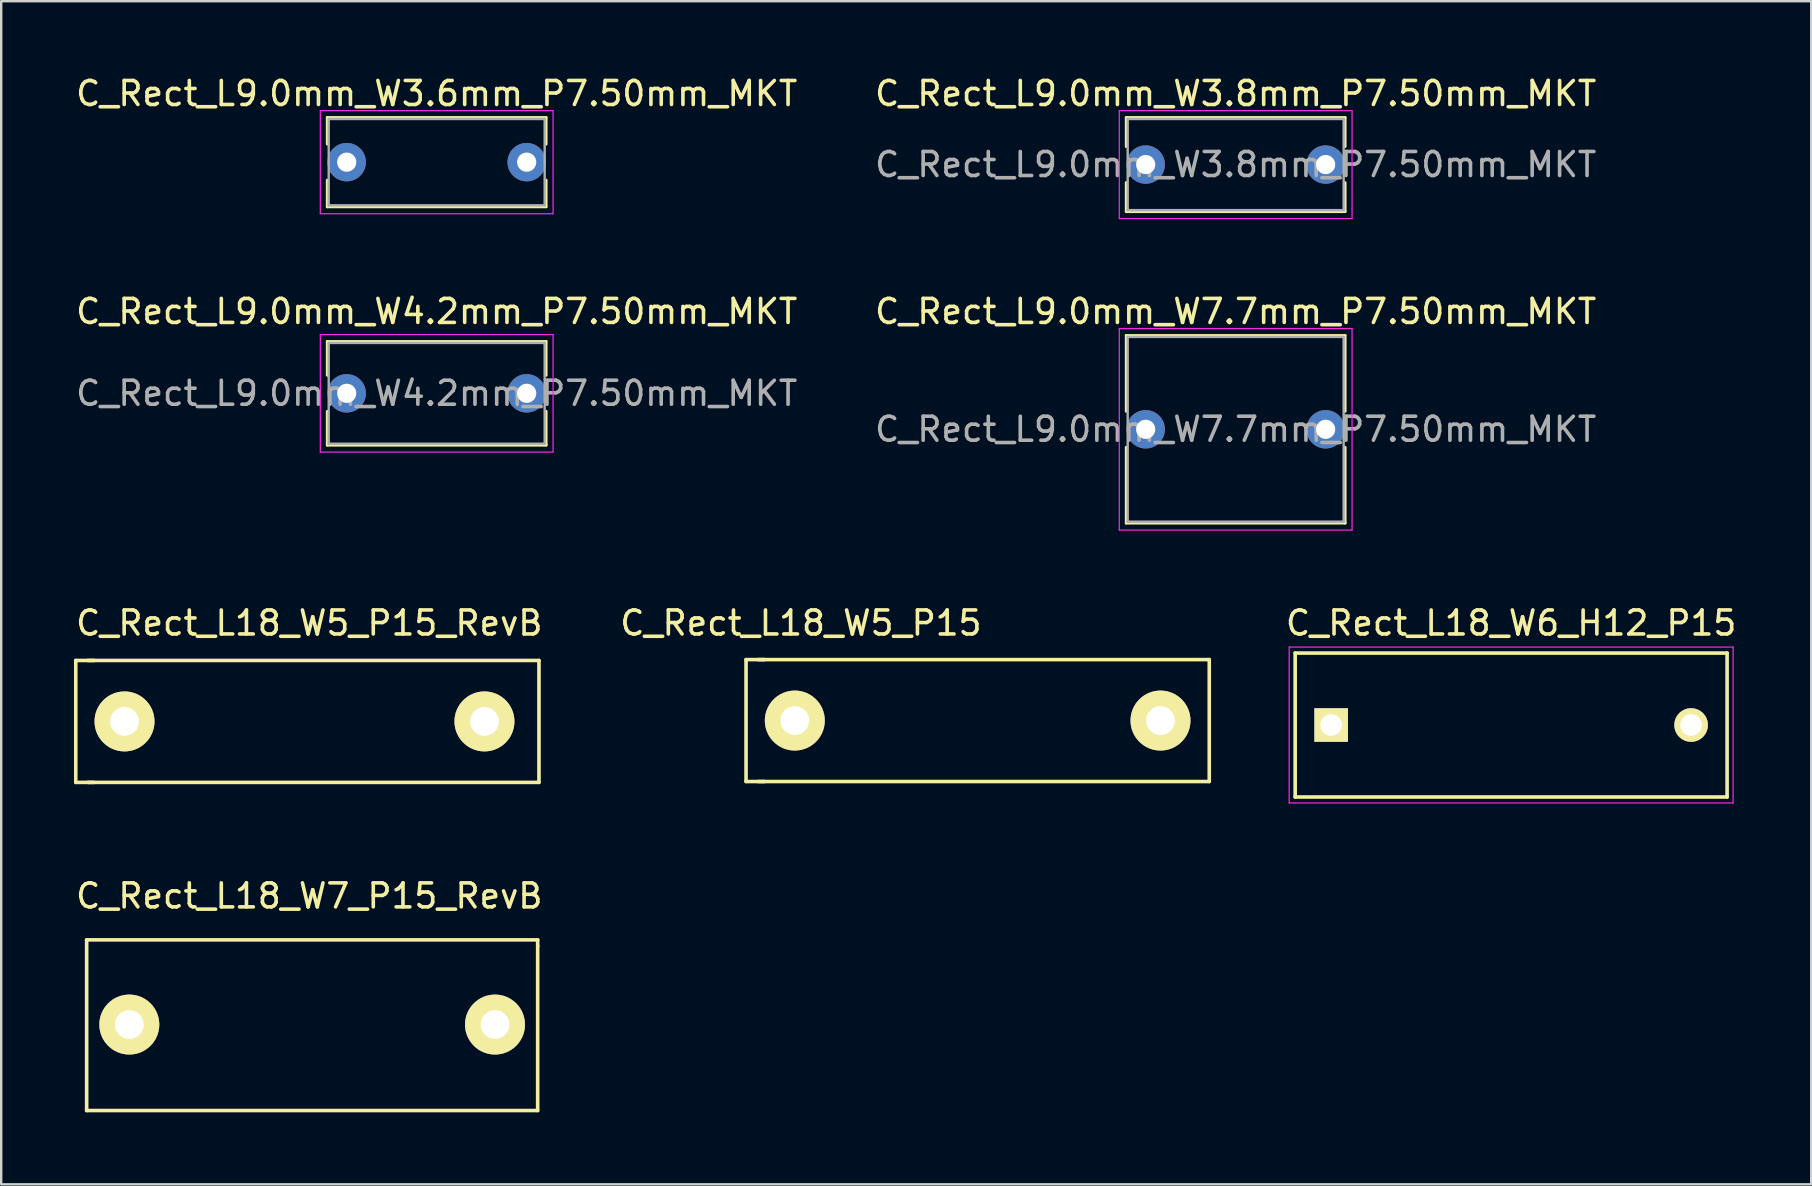
<source format=kicad_pcb>
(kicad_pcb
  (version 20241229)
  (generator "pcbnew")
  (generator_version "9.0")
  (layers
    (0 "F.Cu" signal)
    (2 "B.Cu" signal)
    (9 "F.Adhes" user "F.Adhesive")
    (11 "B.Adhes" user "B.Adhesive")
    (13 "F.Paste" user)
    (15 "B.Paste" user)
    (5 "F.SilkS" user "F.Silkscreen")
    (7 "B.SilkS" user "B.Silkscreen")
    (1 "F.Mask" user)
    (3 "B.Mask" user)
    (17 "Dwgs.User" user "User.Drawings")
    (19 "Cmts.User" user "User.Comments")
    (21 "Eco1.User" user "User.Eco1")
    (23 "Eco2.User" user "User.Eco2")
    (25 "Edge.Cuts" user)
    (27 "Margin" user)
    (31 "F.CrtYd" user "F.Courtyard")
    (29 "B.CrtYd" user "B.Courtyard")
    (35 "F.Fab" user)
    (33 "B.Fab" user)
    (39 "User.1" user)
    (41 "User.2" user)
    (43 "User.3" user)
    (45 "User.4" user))
  (footprint "C_Rect_L9.0mm_W3.8mm_P7.50mm_MKT"
    (layer "F.Cu")
    (at 44.696 3.808)
    (property "Reference" "C_Rect_L9.0mm_W3.8mm_P7.50mm_MKT" (at 3.75 -2.96 0) (layer "F.SilkS") (effects (font (size 1 1) (thickness 0.15))))
    (attr through_hole)
    (fp_line (start -0.81 -1.96) (end -0.81 -0.75) (stroke (width 0.12) (type solid)) (layer "F.SilkS"))
    (fp_line (start -0.81 -1.96) (end 8.31 -1.96) (stroke (width 0.12) (type solid)) (layer "F.SilkS"))
    (fp_line (start -0.81 0.75) (end -0.81 1.96) (stroke (width 0.12) (type solid)) (layer "F.SilkS"))
    (fp_line (start -0.81 1.96) (end 8.31 1.96) (stroke (width 0.12) (type solid)) (layer "F.SilkS"))
    (fp_line (start 8.31 -1.96) (end 8.31 -0.75) (stroke (width 0.12) (type solid)) (layer "F.SilkS"))
    (fp_line (start 8.31 0.75) (end 8.31 1.96) (stroke (width 0.12) (type solid)) (layer "F.SilkS"))
    (fp_line (start -1.1 -2.25) (end -1.1 2.25) (stroke (width 0.05) (type solid)) (layer "F.CrtYd"))
    (fp_line (start -1.1 2.25) (end 8.6 2.25) (stroke (width 0.05) (type solid)) (layer "F.CrtYd"))
    (fp_line (start 8.6 -2.25) (end -1.1 -2.25) (stroke (width 0.05) (type solid)) (layer "F.CrtYd"))
    (fp_line (start 8.6 2.25) (end 8.6 -2.25) (stroke (width 0.05) (type solid)) (layer "F.CrtYd"))
    (fp_line (start -0.75 -1.9) (end -0.75 1.9) (stroke (width 0.1) (type solid)) (layer "F.Fab"))
    (fp_line (start -0.75 1.9) (end 8.25 1.9) (stroke (width 0.1) (type solid)) (layer "F.Fab"))
    (fp_line (start 8.25 -1.9) (end -0.75 -1.9) (stroke (width 0.1) (type solid)) (layer "F.Fab"))
    (fp_line (start 8.25 1.9) (end 8.25 -1.9) (stroke (width 0.1) (type solid)) (layer "F.Fab"))
    (fp_text user "${REFERENCE}" (at 3.75 0 0) (layer "F.Fab") (effects (font (size 1 1) (thickness 0.15))))
    (pad "1" thru_hole circle (at 0 0) (size 1.6 1.6) (drill 0.8) (layers "*.Cu" "*.Mask"))
    (pad "2" thru_hole circle (at 7.5 0) (size 1.6 1.6) (drill 0.8) (layers "*.Cu" "*.Mask")))
  (footprint "C_Rect_L18_W6_H12_P15"
    (layer "F.Cu")
    (at 52.426 27.165)
    (property "Reference" "C_Rect_L18_W6_H12_P15" (at 7.5 -4.25 0) (layer "F.SilkS") (effects (font (size 1 1) (thickness 0.15))))
    (attr through_hole)
    (fp_line (start -1.5 -3) (end 16.5 -3) (stroke (width 0.15) (type solid)) (layer "F.SilkS"))
    (fp_line (start -1.5 3) (end -1.5 -3) (stroke (width 0.15) (type solid)) (layer "F.SilkS"))
    (fp_line (start 16.5 -3) (end 16.5 3) (stroke (width 0.15) (type solid)) (layer "F.SilkS"))
    (fp_line (start 16.5 3) (end -1.5 3) (stroke (width 0.15) (type solid)) (layer "F.SilkS"))
    (fp_line (start -1.75 -3.25) (end 16.75 -3.25) (stroke (width 0.05) (type solid)) (layer "F.CrtYd"))
    (fp_line (start -1.75 3.25) (end -1.75 -3.25) (stroke (width 0.05) (type solid)) (layer "F.CrtYd"))
    (fp_line (start 16.75 -3.25) (end 16.75 3.25) (stroke (width 0.05) (type solid)) (layer "F.CrtYd"))
    (fp_line (start 16.75 3.25) (end -1.75 3.25) (stroke (width 0.05) (type solid)) (layer "F.CrtYd"))
    (pad "1" thru_hole rect (at 0 0) (size 1.4 1.4) (drill 0.9) (layers "*.Cu" "*.Mask" "F.SilkS"))
    (pad "2" thru_hole circle (at 15 0) (size 1.4 1.4) (drill 0.9) (layers "*.Cu" "*.Mask" "F.SilkS")))
  (footprint "C_Rect_L9.0mm_W4.2mm_P7.50mm_MKT"
    (layer "F.Cu")
    (at 11.399 13.341)
    (property "Reference" "C_Rect_L9.0mm_W4.2mm_P7.50mm_MKT" (at 3.75 -3.41 0) (layer "F.SilkS") (effects (font (size 1 1) (thickness 0.15))))
    (attr through_hole)
    (fp_line (start -0.81 -2.16) (end -0.81 -0.75) (stroke (width 0.12) (type solid)) (layer "F.SilkS"))
    (fp_line (start -0.81 -2.16) (end 8.31 -2.16) (stroke (width 0.12) (type solid)) (layer "F.SilkS"))
    (fp_line (start -0.81 0.75) (end -0.81 2.16) (stroke (width 0.12) (type solid)) (layer "F.SilkS"))
    (fp_line (start -0.81 2.16) (end 8.31 2.16) (stroke (width 0.12) (type solid)) (layer "F.SilkS"))
    (fp_line (start 8.31 -2.16) (end 8.31 -0.75) (stroke (width 0.12) (type solid)) (layer "F.SilkS"))
    (fp_line (start 8.31 0.75) (end 8.31 2.16) (stroke (width 0.12) (type solid)) (layer "F.SilkS"))
    (fp_line (start -1.1 -2.45) (end -1.1 2.45) (stroke (width 0.05) (type solid)) (layer "F.CrtYd"))
    (fp_line (start -1.1 2.45) (end 8.6 2.45) (stroke (width 0.05) (type solid)) (layer "F.CrtYd"))
    (fp_line (start 8.6 -2.45) (end -1.1 -2.45) (stroke (width 0.05) (type solid)) (layer "F.CrtYd"))
    (fp_line (start 8.6 2.45) (end 8.6 -2.45) (stroke (width 0.05) (type solid)) (layer "F.CrtYd"))
    (fp_line (start -0.75 -2.1) (end -0.75 2.1) (stroke (width 0.1) (type solid)) (layer "F.Fab"))
    (fp_line (start -0.75 2.1) (end 8.25 2.1) (stroke (width 0.1) (type solid)) (layer "F.Fab"))
    (fp_line (start 8.25 -2.1) (end -0.75 -2.1) (stroke (width 0.1) (type solid)) (layer "F.Fab"))
    (fp_line (start 8.25 2.1) (end 8.25 -2.1) (stroke (width 0.1) (type solid)) (layer "F.Fab"))
    (fp_text user "${REFERENCE}" (at 3.75 0 0) (layer "F.Fab") (effects (font (size 1 1) (thickness 0.15))))
    (pad "1" thru_hole circle (at 0 0) (size 1.6 1.6) (drill 0.8) (layers "*.Cu" "*.Mask"))
    (pad "2" thru_hole circle (at 7.5 0) (size 1.6 1.6) (drill 0.8) (layers "*.Cu" "*.Mask")))
  (footprint "C_Rect_L18_W5_P15_RevB"
    (layer "F.Cu")
    (at 9.839 27.015)
    (property "Reference" "C_Rect_L18_W5_P15_RevB" (at 0 -4.1 0) (layer "F.SilkS") (effects (font (size 1 1) (thickness 0.15))))
    (attr through_hole)
    (fp_line (start -9.732 -2.54) (end -9.732 2.54) (stroke (width 0.15) (type solid)) (layer "F.SilkS"))
    (fp_line (start -9.732 2.54) (end -8.97 2.54) (stroke (width 0.15) (type solid)) (layer "F.SilkS"))
    (fp_line (start -9.224 2.54) (end 9.572 2.54) (stroke (width 0.15) (type solid)) (layer "F.SilkS"))
    (fp_line (start -8.97 -2.54) (end -9.732 -2.54) (stroke (width 0.15) (type solid)) (layer "F.SilkS"))
    (fp_line (start 9.572 -2.54) (end -9.224 -2.54) (stroke (width 0.15) (type solid)) (layer "F.SilkS"))
    (fp_line (start 9.572 2.54) (end 9.572 -2.54) (stroke (width 0.15) (type solid)) (layer "F.SilkS"))
    (pad "1" thru_hole circle (at -7.7 0) (size 2.499 2.499) (drill 1.199) (layers "*.Cu" "*.Mask" "F.SilkS"))
    (pad "2" thru_hole circle (at 7.3 0) (size 2.499 2.499) (drill 1.199) (layers "*.Cu" "*.Mask" "F.SilkS")))
  (footprint "C_Rect_L18_W5_P15"
    (layer "F.Cu")
    (at 30.073 26.979)
    (property "Reference" "C_Rect_L18_W5_P15" (at 0.254 -4.064 0) (layer "F.SilkS") (effects (font (size 1 1) (thickness 0.15))))
    (attr through_hole)
    (fp_line (start -2.032 -2.54) (end -2.032 2.54) (stroke (width 0.15) (type solid)) (layer "F.SilkS"))
    (fp_line (start -2.032 2.54) (end -1.27 2.54) (stroke (width 0.15) (type solid)) (layer "F.SilkS"))
    (fp_line (start -1.524 2.54) (end 17.272 2.54) (stroke (width 0.15) (type solid)) (layer "F.SilkS"))
    (fp_line (start -1.27 -2.54) (end -2.032 -2.54) (stroke (width 0.15) (type solid)) (layer "F.SilkS"))
    (fp_line (start 17.272 -2.54) (end -1.524 -2.54) (stroke (width 0.15) (type solid)) (layer "F.SilkS"))
    (fp_line (start 17.272 2.54) (end 17.272 -2.54) (stroke (width 0.15) (type solid)) (layer "F.SilkS"))
    (pad "1" thru_hole circle (at 0 0) (size 2.499 2.499) (drill 1.199) (layers "*.Cu" "*.Mask" "F.SilkS"))
    (pad "2" thru_hole circle (at 15.24 0) (size 2.499 2.499) (drill 1.199) (layers "*.Cu" "*.Mask" "F.SilkS")))
  (footprint "C_Rect_L18_W7_P15_RevB"
    (layer "F.Cu")
    (at 9.839 39.648)
    (property "Reference" "C_Rect_L18_W7_P15_RevB" (at 0 -5.36 0) (layer "F.SilkS") (effects (font (size 1 1) (thickness 0.15))))
    (attr through_hole)
    (fp_line (start -9.278 -3.529) (end -9.278 3.583) (stroke (width 0.15) (type solid)) (layer "F.SilkS"))
    (fp_line (start -9.278 3.583) (end 9.518 3.583) (stroke (width 0.15) (type solid)) (layer "F.SilkS"))
    (fp_line (start 9.518 -3.529) (end -9.278 -3.529) (stroke (width 0.15) (type solid)) (layer "F.SilkS"))
    (fp_line (start 9.518 -3.275) (end 9.518 -3.529) (stroke (width 0.15) (type solid)) (layer "F.SilkS"))
    (fp_line (start 9.518 3.583) (end 9.518 -3.275) (stroke (width 0.15) (type solid)) (layer "F.SilkS"))
    (pad "1" thru_hole circle (at -7.5 0) (size 2.499 2.499) (drill 1.199) (layers "*.Cu" "*.Mask" "F.SilkS"))
    (pad "2" thru_hole circle (at 7.74 0) (size 2.499 2.499) (drill 1.199) (layers "*.Cu" "*.Mask" "F.SilkS")))
  (footprint "C_Rect_L9.0mm_W7.7mm_P7.50mm_MKT"
    (layer "F.Cu")
    (at 44.696 14.841)
    (property "Reference" "C_Rect_L9.0mm_W7.7mm_P7.50mm_MKT" (at 3.75 -4.91 0) (layer "F.SilkS") (effects (font (size 1 1) (thickness 0.15))))
    (attr through_hole)
    (fp_line (start -0.81 -3.91) (end -0.81 -0.75) (stroke (width 0.12) (type solid)) (layer "F.SilkS"))
    (fp_line (start -0.81 -3.91) (end 8.31 -3.91) (stroke (width 0.12) (type solid)) (layer "F.SilkS"))
    (fp_line (start -0.81 0.75) (end -0.81 3.91) (stroke (width 0.12) (type solid)) (layer "F.SilkS"))
    (fp_line (start -0.81 3.91) (end 8.31 3.91) (stroke (width 0.12) (type solid)) (layer "F.SilkS"))
    (fp_line (start 8.31 -3.91) (end 8.31 -0.75) (stroke (width 0.12) (type solid)) (layer "F.SilkS"))
    (fp_line (start 8.31 0.75) (end 8.31 3.91) (stroke (width 0.12) (type solid)) (layer "F.SilkS"))
    (fp_line (start -1.1 -4.2) (end -1.1 4.2) (stroke (width 0.05) (type solid)) (layer "F.CrtYd"))
    (fp_line (start -1.1 4.2) (end 8.6 4.2) (stroke (width 0.05) (type solid)) (layer "F.CrtYd"))
    (fp_line (start 8.6 -4.2) (end -1.1 -4.2) (stroke (width 0.05) (type solid)) (layer "F.CrtYd"))
    (fp_line (start 8.6 4.2) (end 8.6 -4.2) (stroke (width 0.05) (type solid)) (layer "F.CrtYd"))
    (fp_line (start -0.75 -3.85) (end -0.75 3.85) (stroke (width 0.1) (type solid)) (layer "F.Fab"))
    (fp_line (start -0.75 3.85) (end 8.25 3.85) (stroke (width 0.1) (type solid)) (layer "F.Fab"))
    (fp_line (start 8.25 -3.85) (end -0.75 -3.85) (stroke (width 0.1) (type solid)) (layer "F.Fab"))
    (fp_line (start 8.25 3.85) (end 8.25 -3.85) (stroke (width 0.1) (type solid)) (layer "F.Fab"))
    (fp_text user "${REFERENCE}" (at 3.75 0 0) (layer "F.Fab") (effects (font (size 1 1) (thickness 0.15))))
    (pad "1" thru_hole circle (at 0 0) (size 1.6 1.6) (drill 0.8) (layers "*.Cu" "*.Mask"))
    (pad "2" thru_hole circle (at 7.5 0) (size 1.6 1.6) (drill 0.8) (layers "*.Cu" "*.Mask")))
  (footprint "C_Rect_L9.0mm_W3.6mm_P7.50mm_MKT"
    (layer "F.Cu")
    (at 11.399 3.708)
    (property "Reference" "C_Rect_L9.0mm_W3.6mm_P7.50mm_MKT" (at 3.75 -2.86 0) (layer "F.SilkS") (effects (font (size 1 1) (thickness 0.15))))
    (attr through_hole)
    (fp_line (start -0.81 -1.86) (end -0.81 -0.75) (stroke (width 0.12) (type solid)) (layer "F.SilkS"))
    (fp_line (start -0.81 -1.86) (end 8.31 -1.86) (stroke (width 0.12) (type solid)) (layer "F.SilkS"))
    (fp_line (start -0.81 0.75) (end -0.81 1.86) (stroke (width 0.12) (type solid)) (layer "F.SilkS"))
    (fp_line (start -0.81 1.86) (end 8.31 1.86) (stroke (width 0.12) (type solid)) (layer "F.SilkS"))
    (fp_line (start 8.31 -1.86) (end 8.31 -0.75) (stroke (width 0.12) (type solid)) (layer "F.SilkS"))
    (fp_line (start 8.31 0.75) (end 8.31 1.86) (stroke (width 0.12) (type solid)) (layer "F.SilkS"))
    (fp_line (start -1.1 -2.15) (end -1.1 2.15) (stroke (width 0.05) (type solid)) (layer "F.CrtYd"))
    (fp_line (start -1.1 2.15) (end 8.6 2.15) (stroke (width 0.05) (type solid)) (layer "F.CrtYd"))
    (fp_line (start 8.6 -2.15) (end -1.1 -2.15) (stroke (width 0.05) (type solid)) (layer "F.CrtYd"))
    (fp_line (start 8.6 2.15) (end 8.6 -2.15) (stroke (width 0.05) (type solid)) (layer "F.CrtYd"))
    (fp_line (start -0.75 -1.8) (end -0.75 1.8) (stroke (width 0.1) (type solid)) (layer "F.Fab"))
    (fp_line (start -0.75 1.8) (end 8.25 1.8) (stroke (width 0.1) (type solid)) (layer "F.Fab"))
    (fp_line (start 8.25 -1.8) (end -0.75 -1.8) (stroke (width 0.1) (type solid)) (layer "F.Fab"))
    (fp_line (start 8.25 1.8) (end 8.25 -1.8) (stroke (width 0.1) (type solid)) (layer "F.Fab"))
    (pad "1" thru_hole circle (at 0 0) (size 1.6 1.6) (drill 0.8) (layers "*.Cu" "*.Mask"))
    (pad "2" thru_hole circle (at 7.5 0) (size 1.6 1.6) (drill 0.8) (layers "*.Cu" "*.Mask")))
  (gr_rect
    (start -3 -3)
    (end 72.432 46.306)
    (stroke (width 0.1) (type default))
    (fill no)
    (layer "Edge.Cuts")))
</source>
